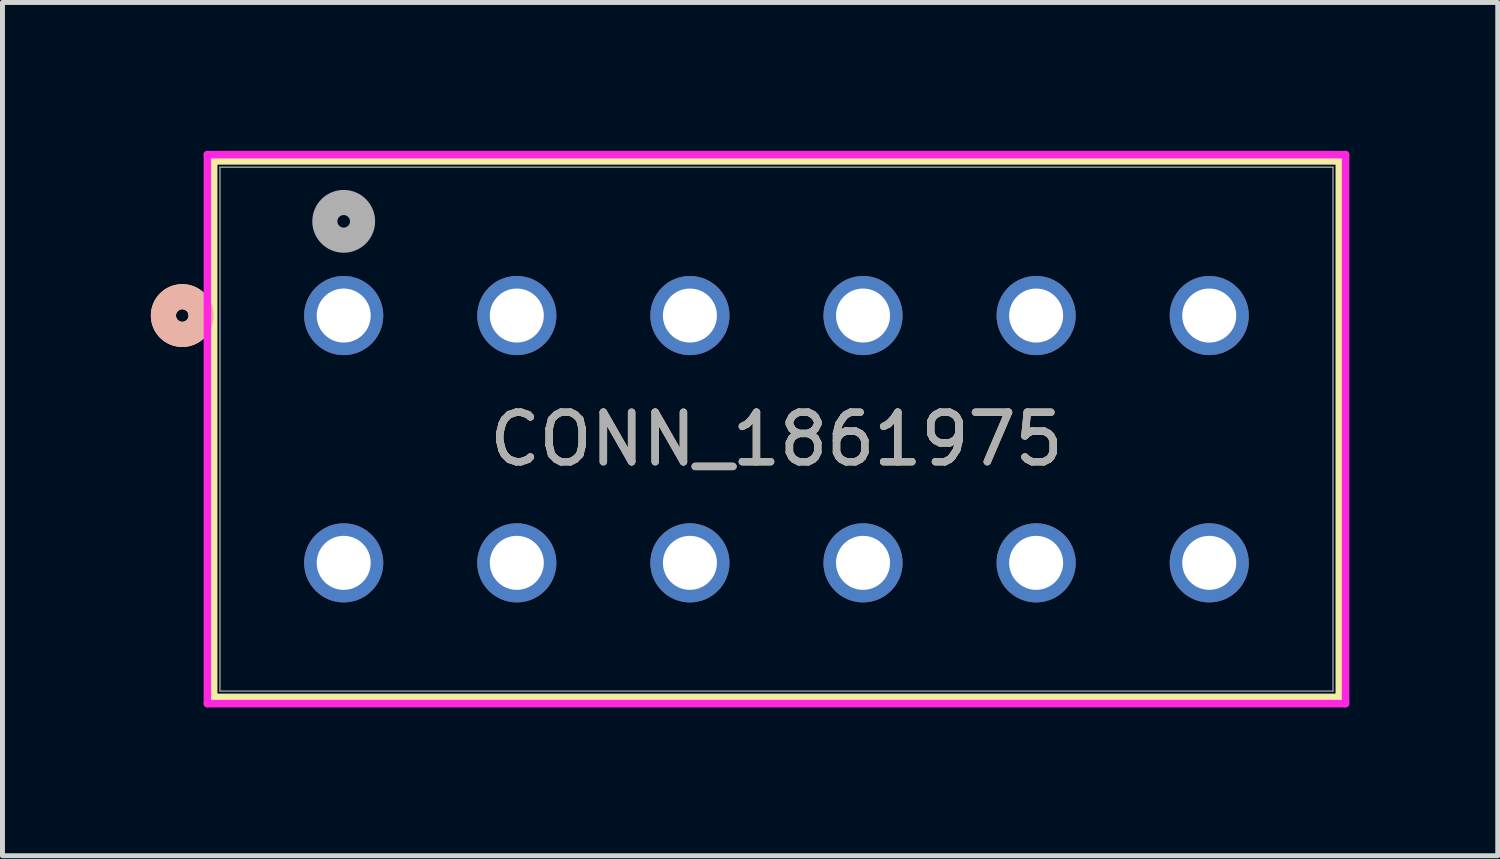
<source format=kicad_pcb>
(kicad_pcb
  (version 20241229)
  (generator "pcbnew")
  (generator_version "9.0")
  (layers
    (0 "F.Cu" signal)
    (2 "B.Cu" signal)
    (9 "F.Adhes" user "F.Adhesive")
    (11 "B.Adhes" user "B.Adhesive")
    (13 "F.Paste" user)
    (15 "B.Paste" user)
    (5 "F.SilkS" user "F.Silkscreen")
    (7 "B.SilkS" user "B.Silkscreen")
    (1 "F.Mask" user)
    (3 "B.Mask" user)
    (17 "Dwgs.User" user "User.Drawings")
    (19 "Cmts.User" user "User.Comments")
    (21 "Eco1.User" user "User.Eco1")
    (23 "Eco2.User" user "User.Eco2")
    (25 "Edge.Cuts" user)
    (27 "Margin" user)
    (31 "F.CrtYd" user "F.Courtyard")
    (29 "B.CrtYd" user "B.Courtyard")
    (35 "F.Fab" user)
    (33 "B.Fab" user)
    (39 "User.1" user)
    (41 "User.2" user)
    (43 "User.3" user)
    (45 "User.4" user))
  (footprint "CONN_1861975"
    (layer "F.Cu")
    (at 21.399 8.33)
    (property "Reference" "CONN_1861975" (at -8.75 -2.5 0) (unlocked yes) (layer "F.SilkS") (effects (font (size 1 1) (thickness 0.15))))
    (attr through_hole)
    (fp_line (start -20.129 -8.127) (end -20.129 2.719) (stroke (width 0.152) (type solid)) (layer "F.SilkS"))
    (fp_line (start -20.129 2.719) (end 2.629 2.719) (stroke (width 0.152) (type solid)) (layer "F.SilkS"))
    (fp_line (start 2.629 -8.127) (end -20.129 -8.127) (stroke (width 0.152) (type solid)) (layer "F.SilkS"))
    (fp_line (start 2.629 2.719) (end 2.629 -8.127) (stroke (width 0.152) (type solid)) (layer "F.SilkS"))
    (fp_circle (center -20.764 -5) (end -20.383 -5) (stroke (width 0.508) (type solid)) (fill no) (layer "F.SilkS"))
    (fp_circle (center -20.764 -5) (end -20.383 -5) (stroke (width 0.508) (type solid)) (fill no) (layer "B.SilkS"))
    (fp_line (start -20.256 -8.254) (end -20.256 2.846) (stroke (width 0.152) (type solid)) (layer "F.CrtYd"))
    (fp_line (start -20.256 2.846) (end 2.756 2.846) (stroke (width 0.152) (type solid)) (layer "F.CrtYd"))
    (fp_line (start 2.756 -8.254) (end -20.256 -8.254) (stroke (width 0.152) (type solid)) (layer "F.CrtYd"))
    (fp_line (start 2.756 2.846) (end 2.756 -8.254) (stroke (width 0.152) (type solid)) (layer "F.CrtYd"))
    (fp_line (start -20.002 -8) (end -20.002 2.592) (stroke (width 0.025) (type solid)) (layer "F.Fab"))
    (fp_line (start -20.002 2.592) (end 2.502 2.592) (stroke (width 0.025) (type solid)) (layer "F.Fab"))
    (fp_line (start 2.502 -8) (end -20.002 -8) (stroke (width 0.025) (type solid)) (layer "F.Fab"))
    (fp_line (start 2.502 2.592) (end 2.502 -8) (stroke (width 0.025) (type solid)) (layer "F.Fab"))
    (fp_circle (center -17.5 -6.905) (end -17.119 -6.905) (stroke (width 0.508) (type solid)) (fill no) (layer "F.Fab"))
    (fp_text user "${REFERENCE}" (at -8.75 -2.5 0) (unlocked yes) (layer "F.Fab") (effects (font (size 1 1) (thickness 0.15))))
    (pad "1" thru_hole circle (at -17.5 -5) (size 1.6 1.6) (drill 1.092) (layers "*.Cu" "*.Mask"))
    (pad "2" thru_hole circle (at -17.5 0) (size 1.6 1.6) (drill 1.092) (layers "*.Cu" "*.Mask"))
    (pad "3" thru_hole circle (at -14 -5) (size 1.6 1.6) (drill 1.092) (layers "*.Cu" "*.Mask"))
    (pad "4" thru_hole circle (at -14 0) (size 1.6 1.6) (drill 1.092) (layers "*.Cu" "*.Mask"))
    (pad "5" thru_hole circle (at -10.5 -5) (size 1.6 1.6) (drill 1.092) (layers "*.Cu" "*.Mask"))
    (pad "6" thru_hole circle (at -10.5 0) (size 1.6 1.6) (drill 1.092) (layers "*.Cu" "*.Mask"))
    (pad "7" thru_hole circle (at -7 -5) (size 1.6 1.6) (drill 1.092) (layers "*.Cu" "*.Mask"))
    (pad "8" thru_hole circle (at -7 0) (size 1.6 1.6) (drill 1.092) (layers "*.Cu" "*.Mask"))
    (pad "9" thru_hole circle (at -3.5 -5) (size 1.6 1.6) (drill 1.092) (layers "*.Cu" "*.Mask"))
    (pad "10" thru_hole circle (at -3.5 0) (size 1.6 1.6) (drill 1.092) (layers "*.Cu" "*.Mask"))
    (pad "11" thru_hole circle (at 0 -5) (size 1.6 1.6) (drill 1.092) (layers "*.Cu" "*.Mask"))
    (pad "12" thru_hole circle (at 0 0) (size 1.6 1.6) (drill 1.092) (layers "*.Cu" "*.Mask")))
  (gr_rect
    (start -3 -3)
    (end 27.232 14.252)
    (stroke (width 0.1) (type default))
    (fill no)
    (layer "Edge.Cuts")))
</source>
